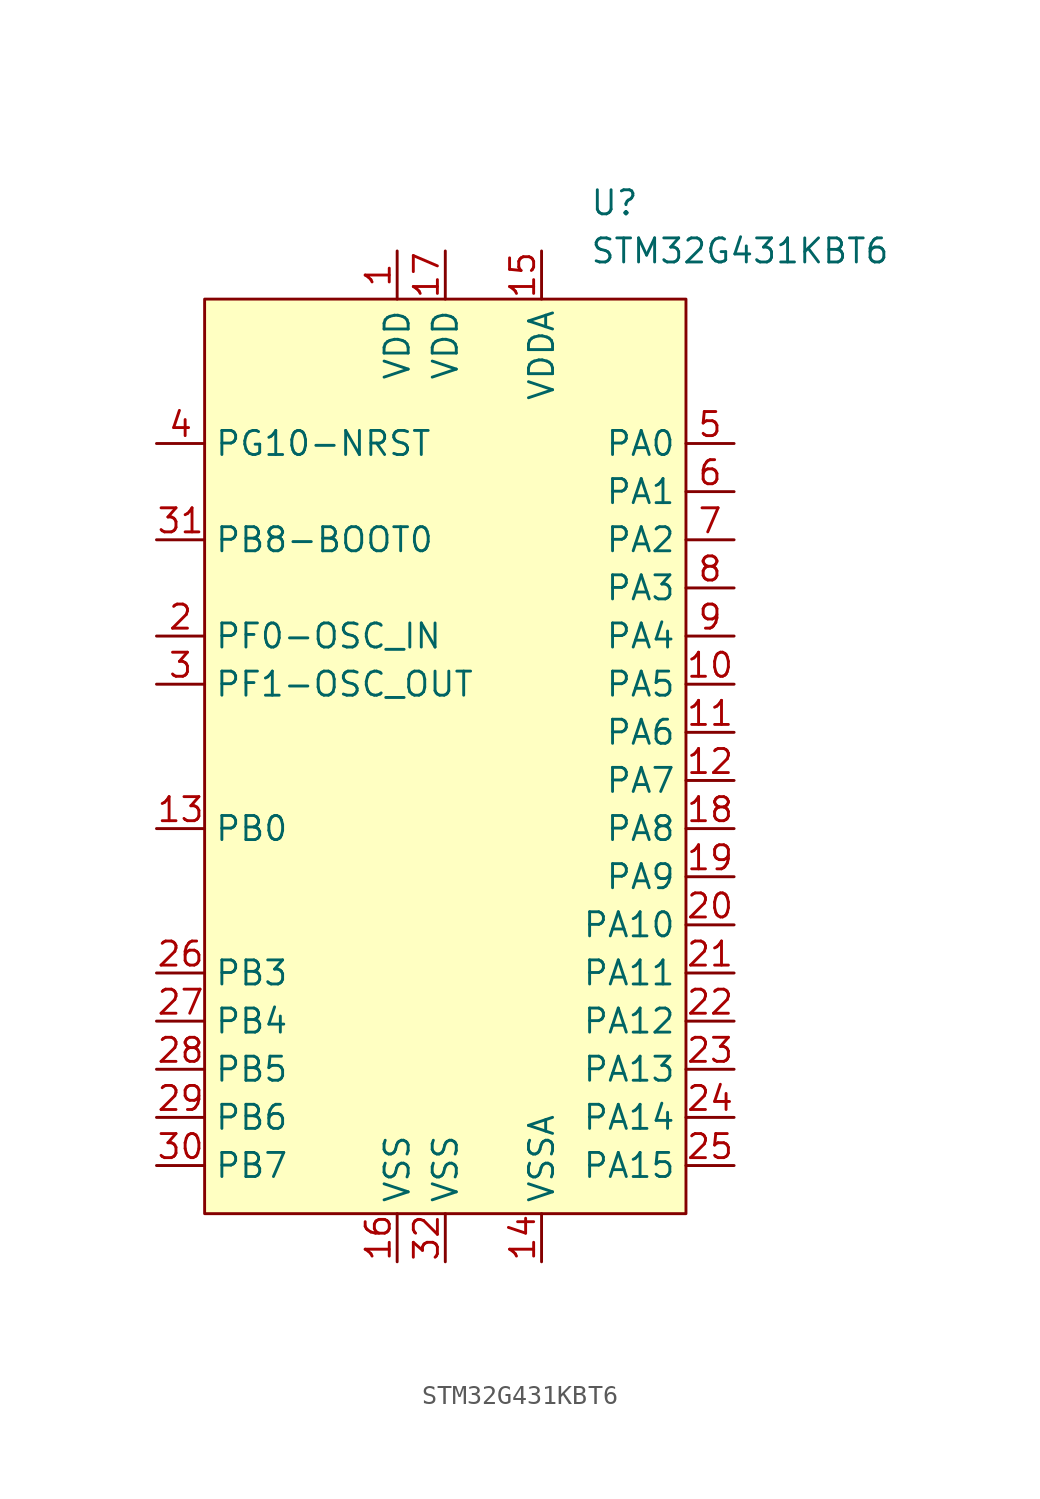
<source format=kicad_sym>
(kicad_symbol_lib
  (version 20220914)
  (generator kicad_symbol_editor)
  (symbol "STM32G431KBT6"
    (property "Reference" "U"
      (at 7.62 29.21 0)
      (effects (font (size 1.27 1.27)) (justify left)))
    (property "Value" "STM32G431KBT6"
      (at 7.62 26.67 0)
      (effects (font (size 1.27 1.27)) (justify left)))
    (symbol "STM32G431KBT6_0_1"
      (rectangle (start -12.7 24.13) (end 12.7 -24.13) (stroke (width 0) (type default)) (fill (type background))))
    (symbol "STM32G431KBT6_1_1"
      (pin power_in line (at -2.54 26.67 270) (length 2.54) (name "VDD" (effects (font (size 1.27 1.27)))) (number "1" (effects (font (size 1.27 1.27)))))
      (pin bidirectional line (at 15.24 3.81 180) (length 2.54) (name "PA5" (effects (font (size 1.27 1.27)))) (number "10" (effects (font (size 1.27 1.27)))))
      (pin bidirectional line (at 15.24 1.27 180) (length 2.54) (name "PA6" (effects (font (size 1.27 1.27)))) (number "11" (effects (font (size 1.27 1.27)))))
      (pin bidirectional line (at 15.24 -1.27 180) (length 2.54) (name "PA7" (effects (font (size 1.27 1.27)))) (number "12" (effects (font (size 1.27 1.27)))))
      (pin bidirectional line (at -15.24 -3.81 0) (length 2.54) (name "PB0" (effects (font (size 1.27 1.27)))) (number "13" (effects (font (size 1.27 1.27)))))
      (pin power_in line (at 5.08 -26.67 90) (length 2.54) (name "VSSA" (effects (font (size 1.27 1.27)))) (number "14" (effects (font (size 1.27 1.27)))))
      (pin power_in line (at 5.08 26.67 270) (length 2.54) (name "VDDA" (effects (font (size 1.27 1.27)))) (number "15" (effects (font (size 1.27 1.27)))))
      (pin power_in line (at -2.54 -26.67 90) (length 2.54) (name "VSS" (effects (font (size 1.27 1.27)))) (number "16" (effects (font (size 1.27 1.27)))))
      (pin power_in line (at 0 26.67 270) (length 2.54) (name "VDD" (effects (font (size 1.27 1.27)))) (number "17" (effects (font (size 1.27 1.27)))))
      (pin bidirectional line (at 15.24 -3.81 180) (length 2.54) (name "PA8" (effects (font (size 1.27 1.27)))) (number "18" (effects (font (size 1.27 1.27)))))
      (pin bidirectional line (at 15.24 -6.35 180) (length 2.54) (name "PA9" (effects (font (size 1.27 1.27)))) (number "19" (effects (font (size 1.27 1.27)))))
      (pin bidirectional line (at -15.24 6.35 0) (length 2.54) (name "PF0-OSC_IN" (effects (font (size 1.27 1.27)))) (number "2" (effects (font (size 1.27 1.27)))))
      (pin bidirectional line (at 15.24 -8.89 180) (length 2.54) (name "PA10" (effects (font (size 1.27 1.27)))) (number "20" (effects (font (size 1.27 1.27)))))
      (pin bidirectional line (at 15.24 -11.43 180) (length 2.54) (name "PA11" (effects (font (size 1.27 1.27)))) (number "21" (effects (font (size 1.27 1.27)))))
      (pin bidirectional line (at 15.24 -13.97 180) (length 2.54) (name "PA12" (effects (font (size 1.27 1.27)))) (number "22" (effects (font (size 1.27 1.27)))))
      (pin bidirectional line (at 15.24 -16.51 180) (length 2.54) (name "PA13" (effects (font (size 1.27 1.27)))) (number "23" (effects (font (size 1.27 1.27)))))
      (pin bidirectional line (at 15.24 -19.05 180) (length 2.54) (name "PA14" (effects (font (size 1.27 1.27)))) (number "24" (effects (font (size 1.27 1.27)))))
      (pin bidirectional line (at 15.24 -21.59 180) (length 2.54) (name "PA15" (effects (font (size 1.27 1.27)))) (number "25" (effects (font (size 1.27 1.27)))))
      (pin bidirectional line (at -15.24 -11.43 0) (length 2.54) (name "PB3" (effects (font (size 1.27 1.27)))) (number "26" (effects (font (size 1.27 1.27)))))
      (pin bidirectional line (at -15.24 -13.97 0) (length 2.54) (name "PB4" (effects (font (size 1.27 1.27)))) (number "27" (effects (font (size 1.27 1.27)))))
      (pin bidirectional line (at -15.24 -16.51 0) (length 2.54) (name "PB5" (effects (font (size 1.27 1.27)))) (number "28" (effects (font (size 1.27 1.27)))))
      (pin bidirectional line (at -15.24 -19.05 0) (length 2.54) (name "PB6" (effects (font (size 1.27 1.27)))) (number "29" (effects (font (size 1.27 1.27)))))
      (pin bidirectional line (at -15.24 3.81 0) (length 2.54) (name "PF1-OSC_OUT" (effects (font (size 1.27 1.27)))) (number "3" (effects (font (size 1.27 1.27)))))
      (pin bidirectional line (at -15.24 -21.59 0) (length 2.54) (name "PB7" (effects (font (size 1.27 1.27)))) (number "30" (effects (font (size 1.27 1.27)))))
      (pin bidirectional line (at -15.24 11.43 0) (length 2.54) (name "PB8-BOOT0" (effects (font (size 1.27 1.27)))) (number "31" (effects (font (size 1.27 1.27)))))
      (pin power_in line (at 0 -26.67 90) (length 2.54) (name "VSS" (effects (font (size 1.27 1.27)))) (number "32" (effects (font (size 1.27 1.27)))))
      (pin bidirectional line (at -15.24 16.51 0) (length 2.54) (name "PG10-NRST" (effects (font (size 1.27 1.27)))) (number "4" (effects (font (size 1.27 1.27)))))
      (pin bidirectional line (at 15.24 16.51 180) (length 2.54) (name "PA0" (effects (font (size 1.27 1.27)))) (number "5" (effects (font (size 1.27 1.27)))))
      (pin bidirectional line (at 15.24 13.97 180) (length 2.54) (name "PA1" (effects (font (size 1.27 1.27)))) (number "6" (effects (font (size 1.27 1.27)))))
      (pin bidirectional line (at 15.24 11.43 180) (length 2.54) (name "PA2" (effects (font (size 1.27 1.27)))) (number "7" (effects (font (size 1.27 1.27)))))
      (pin bidirectional line (at 15.24 8.89 180) (length 2.54) (name "PA3" (effects (font (size 1.27 1.27)))) (number "8" (effects (font (size 1.27 1.27)))))
      (pin bidirectional line (at 15.24 6.35 180) (length 2.54) (name "PA4" (effects (font (size 1.27 1.27)))) (number "9" (effects (font (size 1.27 1.27))))))))
</source>
